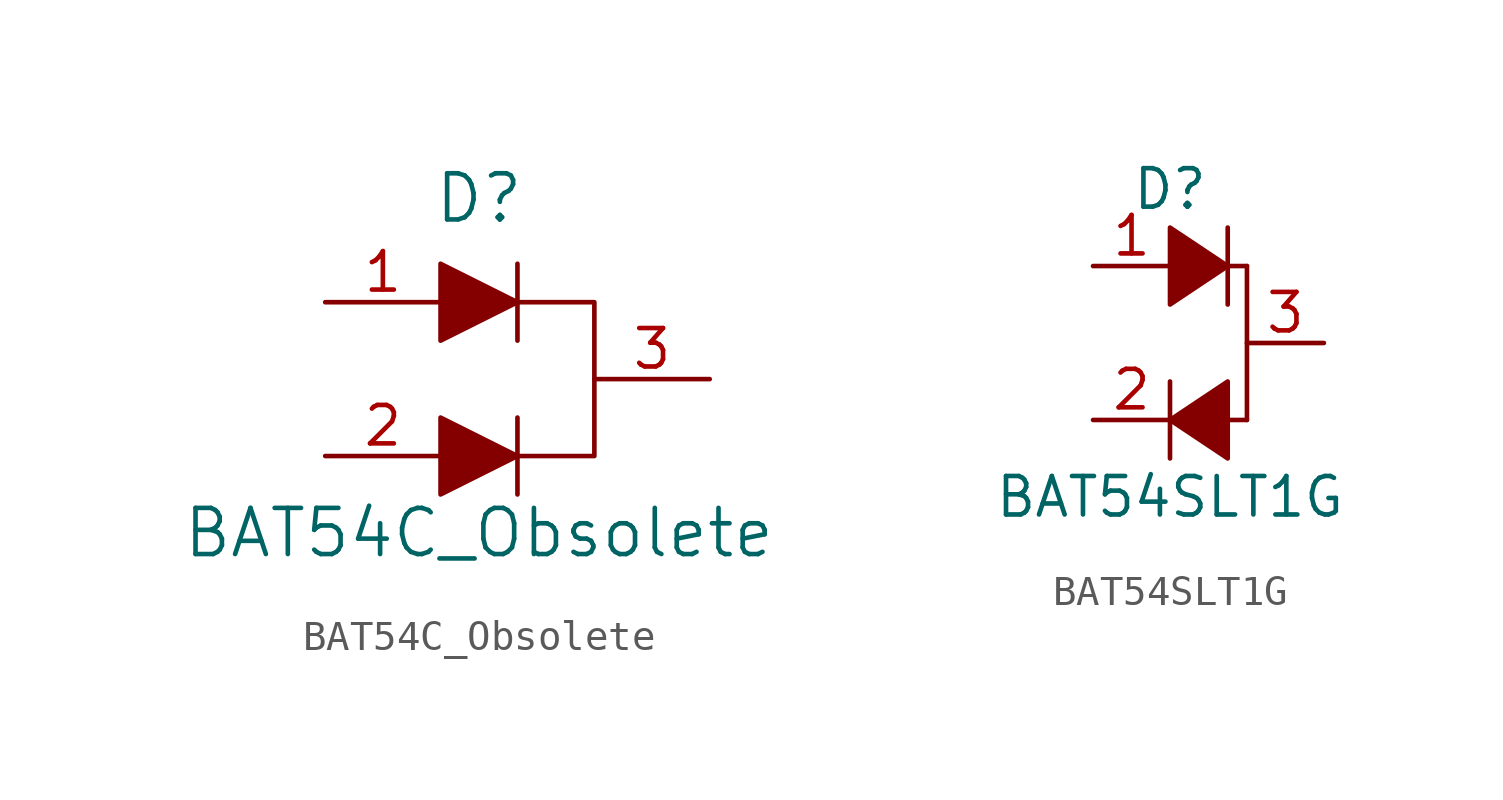
<source format=kicad_sym>
(kicad_symbol_lib
  (version 20201005)
  (generator kicad_symbol_editor)
  (symbol "BAT54C_Obsolete"
    (pin_names
      (offset 0.025))
    (property "Reference" "D"
      (at 0 5.08 0)
      (effects (font (size 1.524 1.524)) (justify bottom)))
    (property "Value" "BAT54C_Obsolete"
      (at 0 -5.08 0)
      (effects (font (size 1.524 1.524))))
    (symbol "BAT54C_Obsolete_0_1"
      (polyline (pts (xy 1.27 -1.27) (xy 1.27 -3.81)) (stroke (width 0)) (fill (type none)))
      (polyline (pts (xy 1.27 1.27) (xy 1.27 3.81)) (stroke (width 0)) (fill (type none)))
      (polyline (pts (xy -1.27 -1.27) (xy -1.27 -3.81) (xy 1.27 -2.54) (xy -1.27 -1.27)) (stroke (width 0)) (fill (type outline)))
      (polyline (pts (xy -1.27 3.81) (xy -1.27 1.27) (xy 1.27 2.54) (xy -1.27 3.81)) (stroke (width 0)) (fill (type outline))))
    (symbol "BAT54C_Obsolete_1_1"
      (polyline (pts (xy 1.27 2.54) (xy 3.81 2.54) (xy 3.81 -2.54) (xy 1.27 -2.54)) (stroke (width 0)) (fill (type none)))
      (pin passive line (at -5.08 2.54 0) (length 3.81) (name "~" (effects (font (size 1.27 1.27)))) (number "1" (effects (font (size 1.27 1.27)))))
      (pin passive line (at -5.08 -2.54 0) (length 3.81) (name "~" (effects (font (size 1.27 1.27)))) (number "2" (effects (font (size 1.27 1.27)))))
      (pin passive line (at 7.62 0 180) (length 3.81) (name "~" (effects (font (size 1.27 1.27)))) (number "3" (effects (font (size 1.27 1.27)))))))
  (symbol "BAT54SLT1G"
    (pin_names
      (offset 1.016))
    (property "Reference" "D"
      (at 0 5.08 0)
      (effects (font (size 1.27 1.27))))
    (property "Value" "BAT54SLT1G"
      (at 0 -5.08 0)
      (effects (font (size 1.27 1.27))))
    (symbol "BAT54SLT1G_0_1"
      (polyline (pts (xy 0 -1.27) (xy 0 -3.81)) (stroke (width 0)) (fill (type none)))
      (polyline (pts (xy 1.905 1.27) (xy 1.905 3.81)) (stroke (width 0)) (fill (type none)))
      (polyline (pts (xy 2.54 -2.54) (xy 1.905 -2.54)) (stroke (width 0)) (fill (type none)))
      (polyline (pts (xy 2.54 -2.54) (xy 2.54 2.54)) (stroke (width 0)) (fill (type none)))
      (polyline (pts (xy 2.54 2.54) (xy 1.905 2.54)) (stroke (width 0)) (fill (type none)))
      (polyline (pts (xy 0 1.27) (xy 0 3.81) (xy 1.905 2.54) (xy 0 1.27)) (stroke (width 0)) (fill (type outline)))
      (polyline (pts (xy 1.905 -3.81) (xy 1.905 -1.27) (xy 0 -2.54) (xy 1.905 -3.81)) (stroke (width 0)) (fill (type outline))))
    (symbol "BAT54SLT1G_1_1"
      (pin passive line (at -2.54 2.54 0) (length 2.54) (name "~" (effects (font (size 1.27 1.27)))) (number "1" (effects (font (size 1.27 1.27)))))
      (pin passive line (at -2.54 -2.54 0) (length 2.54) (name "~" (effects (font (size 1.27 1.27)))) (number "2" (effects (font (size 1.27 1.27)))))
      (pin passive line (at 5.08 0 180) (length 2.54) (name "~" (effects (font (size 1.27 1.27)))) (number "3" (effects (font (size 1.27 1.27))))))))
</source>
